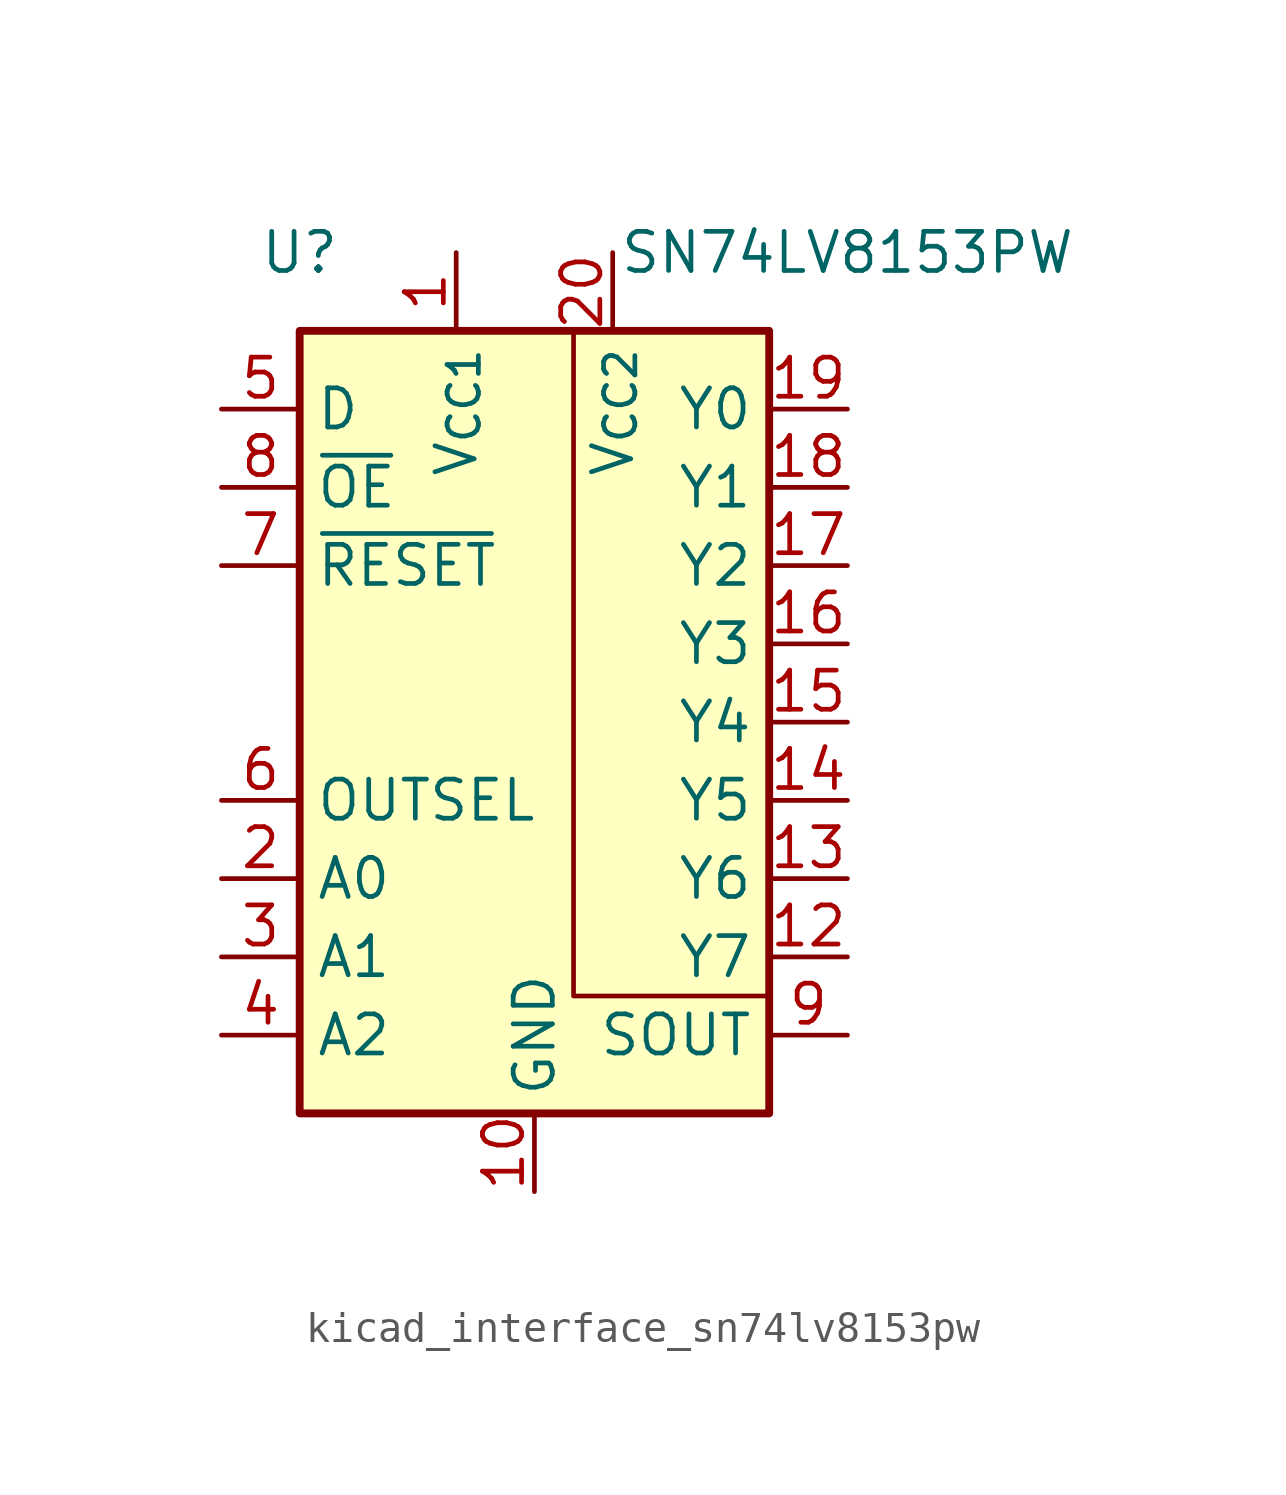
<source format=kicad_sym>
(kicad_symbol_lib
  (version 20220914)
  (generator kicad_symbol_editor)
  (symbol "kicad_interface_sn74lv8153pw"
    (property "Reference" "U"
      (at -7.62 15.24 0)
      (effects (font (size 1.27 1.27))))
    (property "Value" "SN74LV8153PW"
      (at 10.16 15.24 0)
      (effects (font (size 1.27 1.27))))
    (symbol "kicad_interface_sn74lv8153pw_0_1"
      (rectangle (start -7.62 12.7) (end 7.62 -12.7) (stroke (width 0.254) (type default)) (fill (type background)))
      (polyline (pts (xy 1.27 12.7) (xy 1.27 -8.89) (xy 7.62 -8.89)) (stroke (width 0) (type default)) (fill (type none))))
    (symbol "kicad_interface_sn74lv8153pw_1_1"
      (pin power_in line (at -2.54 15.24 270) (length 2.54) (name "V_{CC1}" (effects (font (size 1.27 1.27)))) (number "1" (effects (font (size 1.27 1.27)))))
      (pin power_in line (at 0 -15.24 90) (length 2.54) (name "GND" (effects (font (size 1.27 1.27)))) (number "10" (effects (font (size 1.27 1.27)))))
      (pin passive line (at 0 -15.24 90) (length 2.54) hide (name "GND" (effects (font (size 1.27 1.27)))) (number "11" (effects (font (size 1.27 1.27)))))
      (pin open_collector line (at 10.16 -7.62 180) (length 2.54) (name "Y7" (effects (font (size 1.27 1.27)))) (number "12" (effects (font (size 1.27 1.27)))))
      (pin open_collector line (at 10.16 -5.08 180) (length 2.54) (name "Y6" (effects (font (size 1.27 1.27)))) (number "13" (effects (font (size 1.27 1.27)))))
      (pin open_collector line (at 10.16 -2.54 180) (length 2.54) (name "Y5" (effects (font (size 1.27 1.27)))) (number "14" (effects (font (size 1.27 1.27)))))
      (pin open_collector line (at 10.16 0 180) (length 2.54) (name "Y4" (effects (font (size 1.27 1.27)))) (number "15" (effects (font (size 1.27 1.27)))))
      (pin open_collector line (at 10.16 2.54 180) (length 2.54) (name "Y3" (effects (font (size 1.27 1.27)))) (number "16" (effects (font (size 1.27 1.27)))))
      (pin open_collector line (at 10.16 5.08 180) (length 2.54) (name "Y2" (effects (font (size 1.27 1.27)))) (number "17" (effects (font (size 1.27 1.27)))))
      (pin open_collector line (at 10.16 7.62 180) (length 2.54) (name "Y1" (effects (font (size 1.27 1.27)))) (number "18" (effects (font (size 1.27 1.27)))))
      (pin open_collector line (at 10.16 10.16 180) (length 2.54) (name "Y0" (effects (font (size 1.27 1.27)))) (number "19" (effects (font (size 1.27 1.27)))))
      (pin input line (at -10.16 -5.08 0) (length 2.54) (name "A0" (effects (font (size 1.27 1.27)))) (number "2" (effects (font (size 1.27 1.27)))))
      (pin power_in line (at 2.54 15.24 270) (length 2.54) (name "V_{CC2}" (effects (font (size 1.27 1.27)))) (number "20" (effects (font (size 1.27 1.27)))))
      (pin input line (at -10.16 -7.62 0) (length 2.54) (name "A1" (effects (font (size 1.27 1.27)))) (number "3" (effects (font (size 1.27 1.27)))))
      (pin input line (at -10.16 -10.16 0) (length 2.54) (name "A2" (effects (font (size 1.27 1.27)))) (number "4" (effects (font (size 1.27 1.27)))))
      (pin input line (at -10.16 10.16 0) (length 2.54) (name "D" (effects (font (size 1.27 1.27)))) (number "5" (effects (font (size 1.27 1.27)))))
      (pin input line (at -10.16 -2.54 0) (length 2.54) (name "OUTSEL" (effects (font (size 1.27 1.27)))) (number "6" (effects (font (size 1.27 1.27)))))
      (pin input line (at -10.16 5.08 0) (length 2.54) (name "~{RESET}" (effects (font (size 1.27 1.27)))) (number "7" (effects (font (size 1.27 1.27)))))
      (pin input line (at -10.16 7.62 0) (length 2.54) (name "~{OE}" (effects (font (size 1.27 1.27)))) (number "8" (effects (font (size 1.27 1.27)))))
      (pin output line (at 10.16 -10.16 180) (length 2.54) (name "SOUT" (effects (font (size 1.27 1.27)))) (number "9" (effects (font (size 1.27 1.27))))))))
</source>
